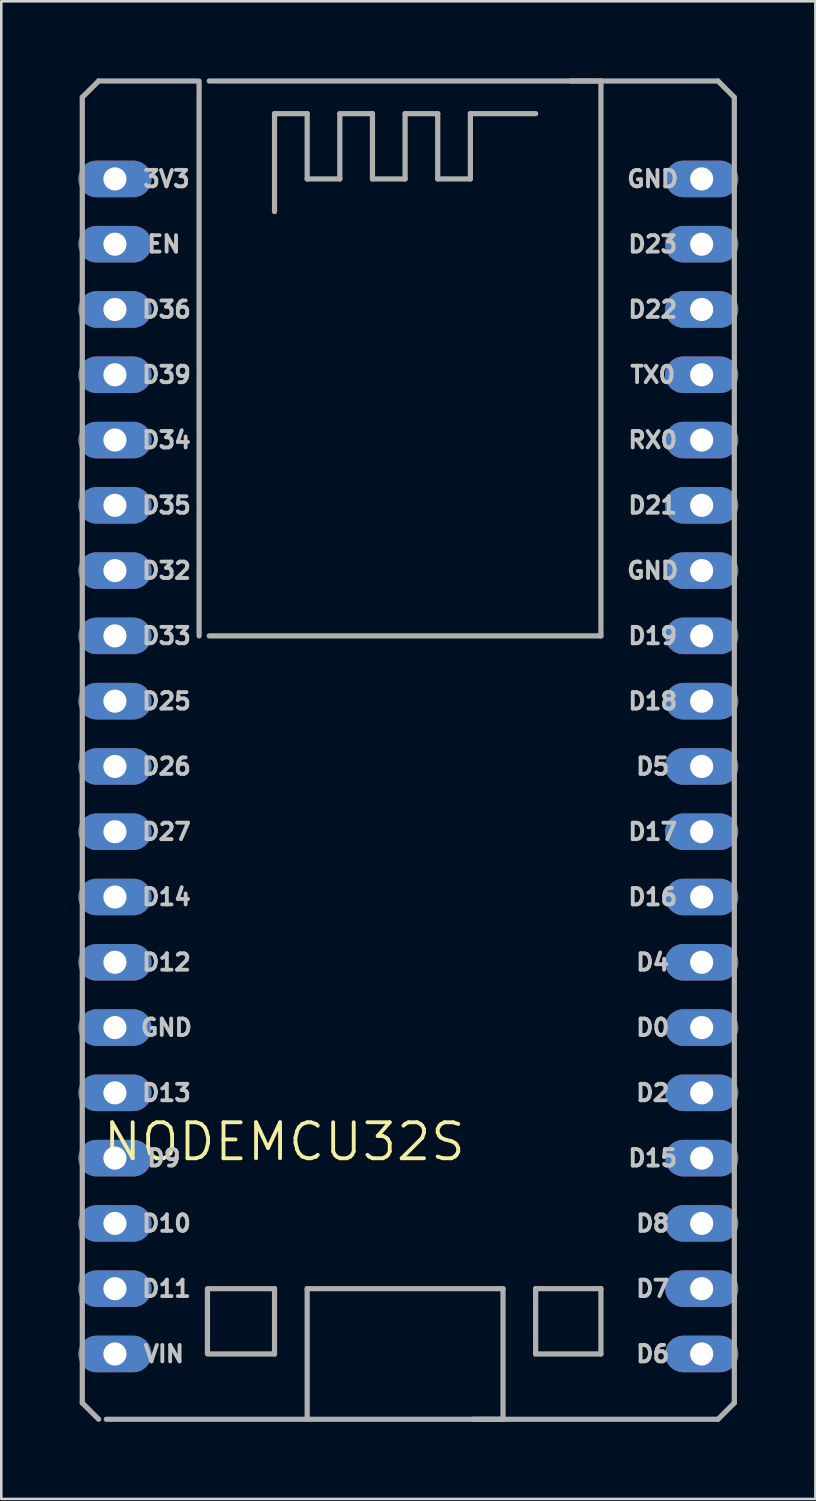
<source format=kicad_pcb>
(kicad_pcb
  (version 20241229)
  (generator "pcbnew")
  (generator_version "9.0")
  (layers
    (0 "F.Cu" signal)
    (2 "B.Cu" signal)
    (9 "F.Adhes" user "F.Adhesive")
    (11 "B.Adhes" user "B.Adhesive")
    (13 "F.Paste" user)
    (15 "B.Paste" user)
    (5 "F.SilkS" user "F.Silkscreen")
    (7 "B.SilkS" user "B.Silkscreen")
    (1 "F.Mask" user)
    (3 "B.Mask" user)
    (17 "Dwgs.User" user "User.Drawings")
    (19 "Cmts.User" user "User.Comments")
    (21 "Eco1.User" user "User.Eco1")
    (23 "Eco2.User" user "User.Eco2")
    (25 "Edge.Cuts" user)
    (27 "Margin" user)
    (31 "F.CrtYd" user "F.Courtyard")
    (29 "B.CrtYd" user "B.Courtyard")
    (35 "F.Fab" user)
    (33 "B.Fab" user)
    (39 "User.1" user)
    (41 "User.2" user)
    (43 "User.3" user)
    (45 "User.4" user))
  (footprint "NODEMCU32S"
    (layer "F.Cu")
    (at 12.822 25.502)
    (property "Reference" "NODEMCU32S" (at -4.809 15.875 180) (layer "F.SilkS") (effects (font (size 1.4 1.4) (thickness 0.15))))
    (attr through_hole)
    (fp_line (start -12.67 -24.765) (end -12.035 -25.4) (stroke (width 0.203) (type solid)) (layer "F.Fab"))
    (fp_line (start -12.67 26.035) (end -12.67 -24.765) (stroke (width 0.203) (type solid)) (layer "F.Fab"))
    (fp_line (start -12.67 26.035) (end -12.035 26.67) (stroke (width 0.203) (type solid)) (layer "F.Fab"))
    (fp_line (start -12.035 -25.4) (end -8.225 -25.4) (stroke (width 0.203) (type solid)) (layer "F.Fab"))
    (fp_line (start -11.735 26.67) (end -3.92 26.67) (stroke (width 0.203) (type solid)) (layer "F.Fab"))
    (fp_line (start -8.125 -25.4) (end -8.125 -3.81) (stroke (width 0.203) (type solid)) (layer "F.Fab"))
    (fp_line (start -7.8 24.13) (end -7.8 21.59) (stroke (width 0.203) (type solid)) (layer "F.Fab"))
    (fp_line (start -7.73 -25.4) (end 7.51 -25.4) (stroke (width 0.203) (type solid)) (layer "F.Fab"))
    (fp_line (start -7.73 -3.81) (end 7.51 -3.81) (stroke (width 0.203) (type solid)) (layer "F.Fab"))
    (fp_line (start -7.73 21.59) (end -5.19 21.59) (stroke (width 0.203) (type solid)) (layer "F.Fab"))
    (fp_line (start -5.19 -24.13) (end -3.92 -24.13) (stroke (width 0.203) (type solid)) (layer "F.Fab"))
    (fp_line (start -5.19 -20.32) (end -5.19 -24.13) (stroke (width 0.203) (type solid)) (layer "F.Fab"))
    (fp_line (start -5.19 21.59) (end -5.19 24.13) (stroke (width 0.203) (type solid)) (layer "F.Fab"))
    (fp_line (start -5.19 24.13) (end -7.73 24.13) (stroke (width 0.203) (type solid)) (layer "F.Fab"))
    (fp_line (start -3.92 -24.13) (end -3.92 -21.59) (stroke (width 0.203) (type solid)) (layer "F.Fab"))
    (fp_line (start -3.92 -21.59) (end -2.65 -21.59) (stroke (width 0.203) (type solid)) (layer "F.Fab"))
    (fp_line (start -3.92 21.59) (end 3.7 21.59) (stroke (width 0.203) (type solid)) (layer "F.Fab"))
    (fp_line (start -3.92 26.67) (end -3.92 21.59) (stroke (width 0.203) (type solid)) (layer "F.Fab"))
    (fp_line (start -3.92 26.67) (end 3.7 26.67) (stroke (width 0.203) (type solid)) (layer "F.Fab"))
    (fp_line (start -2.65 -24.13) (end -1.38 -24.13) (stroke (width 0.203) (type solid)) (layer "F.Fab"))
    (fp_line (start -2.65 -21.59) (end -2.65 -24.13) (stroke (width 0.203) (type solid)) (layer "F.Fab"))
    (fp_line (start -1.38 -24.13) (end -1.38 -21.59) (stroke (width 0.203) (type solid)) (layer "F.Fab"))
    (fp_line (start -1.38 -21.59) (end -0.11 -21.59) (stroke (width 0.203) (type solid)) (layer "F.Fab"))
    (fp_line (start -0.11 -24.13) (end 1.16 -24.13) (stroke (width 0.203) (type solid)) (layer "F.Fab"))
    (fp_line (start -0.11 -21.59) (end -0.11 -24.13) (stroke (width 0.203) (type solid)) (layer "F.Fab"))
    (fp_line (start 1.16 -24.13) (end 1.16 -21.59) (stroke (width 0.203) (type solid)) (layer "F.Fab"))
    (fp_line (start 1.16 -21.59) (end 2.43 -21.59) (stroke (width 0.203) (type solid)) (layer "F.Fab"))
    (fp_line (start 2.43 -24.13) (end 4.97 -24.13) (stroke (width 0.203) (type solid)) (layer "F.Fab"))
    (fp_line (start 2.43 -21.59) (end 2.43 -24.13) (stroke (width 0.203) (type solid)) (layer "F.Fab"))
    (fp_line (start 2.54 26.67) (end 12.065 26.67) (stroke (width 0.203) (type solid)) (layer "F.Fab"))
    (fp_line (start 3.7 21.59) (end 3.7 26.67) (stroke (width 0.203) (type solid)) (layer "F.Fab"))
    (fp_line (start 4.97 21.59) (end 4.97 24.13) (stroke (width 0.203) (type solid)) (layer "F.Fab"))
    (fp_line (start 4.97 24.13) (end 7.51 24.13) (stroke (width 0.203) (type solid)) (layer "F.Fab"))
    (fp_line (start 6.35 -25.4) (end 12.065 -25.4) (stroke (width 0.203) (type solid)) (layer "F.Fab"))
    (fp_line (start 7.51 -3.81) (end 7.51 -25.4) (stroke (width 0.203) (type solid)) (layer "F.Fab"))
    (fp_line (start 7.51 21.59) (end 4.97 21.59) (stroke (width 0.203) (type solid)) (layer "F.Fab"))
    (fp_line (start 7.51 24.13) (end 7.51 21.59) (stroke (width 0.203) (type solid)) (layer "F.Fab"))
    (fp_line (start 12.065 -25.4) (end 12.7 -24.765) (stroke (width 0.203) (type solid)) (layer "F.Fab"))
    (fp_line (start 12.7 -24.765) (end 12.7 26.035) (stroke (width 0.203) (type solid)) (layer "F.Fab"))
    (fp_line (start 12.7 26.035) (end 12.065 26.67) (stroke (width 0.203) (type solid)) (layer "F.Fab"))
    (fp_text user "EN" (at -9.495 -19.05 0) (layer "Dwgs.User") (effects (font (size 0.64 0.64) (thickness 0.15))))
    (fp_text user "GND" (at 9.525 -21.59 0) (layer "Dwgs.User") (effects (font (size 0.64 0.64) (thickness 0.15))))
    (fp_text user "D14" (at -9.395 6.35 0) (layer "Dwgs.User") (effects (font (size 0.64 0.64) (thickness 0.15))))
    (fp_text user "D11" (at -9.395 21.59 0) (layer "Dwgs.User") (effects (font (size 0.64 0.64) (thickness 0.15))))
    (fp_text user "D18" (at 9.525 -1.27 0) (layer "Dwgs.User") (effects (font (size 0.64 0.64) (thickness 0.15))))
    (fp_text user "RX0" (at 9.525 -11.43 0) (layer "Dwgs.User") (effects (font (size 0.64 0.64) (thickness 0.15))))
    (fp_text user "D26" (at -9.395 1.27 0) (layer "Dwgs.User") (effects (font (size 0.64 0.64) (thickness 0.15))))
    (fp_text user "D6" (at 9.525 24.13 0) (layer "Dwgs.User") (effects (font (size 0.64 0.64) (thickness 0.15))))
    (fp_text user "D39" (at -9.395 -13.97 0) (layer "Dwgs.User") (effects (font (size 0.64 0.64) (thickness 0.15))))
    (fp_text user "D4" (at 9.525 8.89 0) (layer "Dwgs.User") (effects (font (size 0.64 0.64) (thickness 0.15))))
    (fp_text user "D8" (at 9.525 19.05 0) (layer "Dwgs.User") (effects (font (size 0.64 0.64) (thickness 0.15))))
    (fp_text user "D34" (at -9.395 -11.43 0) (layer "Dwgs.User") (effects (font (size 0.64 0.64) (thickness 0.15))))
    (fp_text user "D13" (at -9.395 13.97 0) (layer "Dwgs.User") (effects (font (size 0.64 0.64) (thickness 0.15))))
    (fp_text user "D25" (at -9.395 -1.27 0) (layer "Dwgs.User") (effects (font (size 0.64 0.64) (thickness 0.15))))
    (fp_text user "D21" (at 9.525 -8.89 0) (layer "Dwgs.User") (effects (font (size 0.64 0.64) (thickness 0.15))))
    (fp_text user "D15" (at 9.525 16.51 0) (layer "Dwgs.User") (effects (font (size 0.64 0.64) (thickness 0.15))))
    (fp_text user "D36" (at -9.395 -16.51 0) (layer "Dwgs.User") (effects (font (size 0.64 0.64) (thickness 0.15))))
    (fp_text user "D7" (at 9.525 21.59 0) (layer "Dwgs.User") (effects (font (size 0.64 0.64) (thickness 0.15))))
    (fp_text user "D23" (at 9.525 -19.05 0) (layer "Dwgs.User") (effects (font (size 0.64 0.64) (thickness 0.15))))
    (fp_text user "D16" (at 9.525 6.35 0) (layer "Dwgs.User") (effects (font (size 0.64 0.64) (thickness 0.15))))
    (fp_text user "3V3" (at -9.395 -21.59 0) (layer "Dwgs.User") (effects (font (size 0.64 0.64) (thickness 0.15))))
    (fp_text user "D9" (at -9.495 16.51 0) (layer "Dwgs.User") (effects (font (size 0.64 0.64) (thickness 0.15))))
    (fp_text user "D5" (at 9.525 1.27 0) (layer "Dwgs.User") (effects (font (size 0.64 0.64) (thickness 0.15))))
    (fp_text user "D32" (at -9.395 -6.35 0) (layer "Dwgs.User") (effects (font (size 0.64 0.64) (thickness 0.15))))
    (fp_text user "D19" (at 9.525 -3.81 0) (layer "Dwgs.User") (effects (font (size 0.64 0.64) (thickness 0.15))))
    (fp_text user "VIN" (at -9.495 24.13 0) (layer "Dwgs.User") (effects (font (size 0.64 0.64) (thickness 0.15))))
    (fp_text user "D27" (at -9.395 3.81 0) (layer "Dwgs.User") (effects (font (size 0.64 0.64) (thickness 0.15))))
    (fp_text user "D2" (at 9.525 13.97 0) (layer "Dwgs.User") (effects (font (size 0.64 0.64) (thickness 0.15))))
    (fp_text user "GND" (at -9.395 11.43 0) (layer "Dwgs.User") (effects (font (size 0.64 0.64) (thickness 0.15))))
    (fp_text user "D22" (at 9.525 -16.51 0) (layer "Dwgs.User") (effects (font (size 0.64 0.64) (thickness 0.15))))
    (fp_text user "D17" (at 9.525 3.81 0) (layer "Dwgs.User") (effects (font (size 0.64 0.64) (thickness 0.15))))
    (fp_text user "D0" (at 9.525 11.43 0) (layer "Dwgs.User") (effects (font (size 0.64 0.64) (thickness 0.15))))
    (fp_text user "D10" (at -9.395 19.05 0) (layer "Dwgs.User") (effects (font (size 0.64 0.64) (thickness 0.15))))
    (fp_text user "TX0" (at 9.525 -13.97 0) (layer "Dwgs.User") (effects (font (size 0.64 0.64) (thickness 0.15))))
    (fp_text user "D12" (at -9.395 8.89 0) (layer "Dwgs.User") (effects (font (size 0.64 0.64) (thickness 0.15))))
    (fp_text user "D35" (at -9.395 -8.89 0) (layer "Dwgs.User") (effects (font (size 0.64 0.64) (thickness 0.15))))
    (fp_text user "D33" (at -9.395 -3.81 0) (layer "Dwgs.User") (effects (font (size 0.64 0.64) (thickness 0.15))))
    (fp_text user "GND" (at 9.525 -6.35 0) (layer "Dwgs.User") (effects (font (size 0.64 0.64) (thickness 0.15))))
    (pad "3V3" thru_hole oval (at -11.4 -21.59) (size 2.845 1.422) (drill 0.9) (layers "*.Cu" "*.Mask"))
    (pad "EN" thru_hole oval (at -11.4 -19.05) (size 2.845 1.422) (drill 0.9) (layers "*.Cu" "*.Mask"))
    (pad "GND@1" thru_hole oval (at -11.4 11.43) (size 2.845 1.422) (drill 0.9) (layers "*.Cu" "*.Mask"))
    (pad "GND@2" thru_hole oval (at 11.43 -21.59) (size 2.845 1.422) (drill 0.9) (layers "*.Cu" "*.Mask"))
    (pad "GND@3" thru_hole oval (at 11.43 -6.35) (size 2.845 1.422) (drill 0.9) (layers "*.Cu" "*.Mask"))
    (pad "GPIO0" thru_hole oval (at 11.43 11.43) (size 2.845 1.422) (drill 0.9) (layers "*.Cu" "*.Mask"))
    (pad "GPIO2" thru_hole oval (at 11.43 13.97) (size 2.845 1.422) (drill 0.9) (layers "*.Cu" "*.Mask"))
    (pad "GPIO4" thru_hole oval (at 11.43 8.89) (size 2.845 1.422) (drill 0.9) (layers "*.Cu" "*.Mask"))
    (pad "GPIO5" thru_hole oval (at 11.43 1.27) (size 2.845 1.422) (drill 0.9) (layers "*.Cu" "*.Mask"))
    (pad "GPIO6" thru_hole oval (at 11.43 24.13) (size 2.845 1.422) (drill 0.9) (layers "*.Cu" "*.Mask"))
    (pad "GPIO7" thru_hole oval (at 11.43 21.59) (size 2.845 1.422) (drill 0.9) (layers "*.Cu" "*.Mask"))
    (pad "GPIO8" thru_hole oval (at 11.43 19.05) (size 2.845 1.422) (drill 0.9) (layers "*.Cu" "*.Mask"))
    (pad "GPIO9" thru_hole oval (at -11.4 16.51) (size 2.845 1.422) (drill 0.9) (layers "*.Cu" "*.Mask"))
    (pad "GPIO10" thru_hole oval (at -11.4 19.05) (size 2.845 1.422) (drill 0.9) (layers "*.Cu" "*.Mask"))
    (pad "GPIO11" thru_hole oval (at -11.4 21.59) (size 2.845 1.422) (drill 0.9) (layers "*.Cu" "*.Mask"))
    (pad "GPIO12" thru_hole oval (at -11.4 8.89) (size 2.845 1.422) (drill 0.9) (layers "*.Cu" "*.Mask"))
    (pad "GPIO13" thru_hole oval (at -11.4 13.97) (size 2.845 1.422) (drill 0.9) (layers "*.Cu" "*.Mask"))
    (pad "GPIO14" thru_hole oval (at -11.4 6.35) (size 2.845 1.422) (drill 0.9) (layers "*.Cu" "*.Mask"))
    (pad "GPIO15" thru_hole oval (at 11.43 16.51) (size 2.845 1.422) (drill 0.9) (layers "*.Cu" "*.Mask"))
    (pad "GPIO16" thru_hole oval (at 11.43 6.35) (size 2.845 1.422) (drill 0.9) (layers "*.Cu" "*.Mask"))
    (pad "GPIO17" thru_hole oval (at 11.43 3.81) (size 2.845 1.422) (drill 0.9) (layers "*.Cu" "*.Mask"))
    (pad "GPIO18" thru_hole oval (at 11.43 -1.27) (size 2.845 1.422) (drill 0.9) (layers "*.Cu" "*.Mask"))
    (pad "GPIO19" thru_hole oval (at 11.43 -3.81) (size 2.845 1.422) (drill 0.9) (layers "*.Cu" "*.Mask"))
    (pad "GPIO21" thru_hole oval (at 11.43 -8.89) (size 2.845 1.422) (drill 0.9) (layers "*.Cu" "*.Mask"))
    (pad "GPIO22" thru_hole oval (at 11.43 -16.51) (size 2.845 1.422) (drill 0.9) (layers "*.Cu" "*.Mask"))
    (pad "GPIO23" thru_hole oval (at 11.43 -19.05) (size 2.845 1.422) (drill 0.9) (layers "*.Cu" "*.Mask"))
    (pad "GPIO25" thru_hole oval (at -11.4 -1.27) (size 2.845 1.422) (drill 0.9) (layers "*.Cu" "*.Mask"))
    (pad "GPIO26" thru_hole oval (at -11.4 1.27) (size 2.845 1.422) (drill 0.9) (layers "*.Cu" "*.Mask"))
    (pad "GPIO27" thru_hole oval (at -11.4 3.81) (size 2.845 1.422) (drill 0.9) (layers "*.Cu" "*.Mask"))
    (pad "GPIO32" thru_hole oval (at -11.4 -6.35) (size 2.845 1.422) (drill 0.9) (layers "*.Cu" "*.Mask"))
    (pad "GPIO33" thru_hole oval (at -11.4 -3.81) (size 2.845 1.422) (drill 0.9) (layers "*.Cu" "*.Mask"))
    (pad "GPIO34" thru_hole oval (at -11.4 -11.43) (size 2.845 1.422) (drill 0.9) (layers "*.Cu" "*.Mask"))
    (pad "GPIO35" thru_hole oval (at -11.4 -8.89) (size 2.845 1.422) (drill 0.9) (layers "*.Cu" "*.Mask"))
    (pad "GPIO36" thru_hole oval (at -11.4 -16.51) (size 2.845 1.422) (drill 0.9) (layers "*.Cu" "*.Mask"))
    (pad "GPIO39" thru_hole oval (at -11.4 -13.97) (size 2.845 1.422) (drill 0.9) (layers "*.Cu" "*.Mask"))
    (pad "RX0" thru_hole oval (at 11.43 -11.43) (size 2.845 1.422) (drill 0.9) (layers "*.Cu" "*.Mask"))
    (pad "TX0" thru_hole oval (at 11.43 -13.97) (size 2.845 1.422) (drill 0.9) (layers "*.Cu" "*.Mask"))
    (pad "VIN" thru_hole oval (at -11.4 24.13) (size 2.845 1.422) (drill 0.9) (layers "*.Cu" "*.Mask")))
  (gr_rect
    (start -3 -3)
    (end 28.675 55.273)
    (stroke (width 0.1) (type default))
    (fill no)
    (layer "Edge.Cuts")))
</source>
